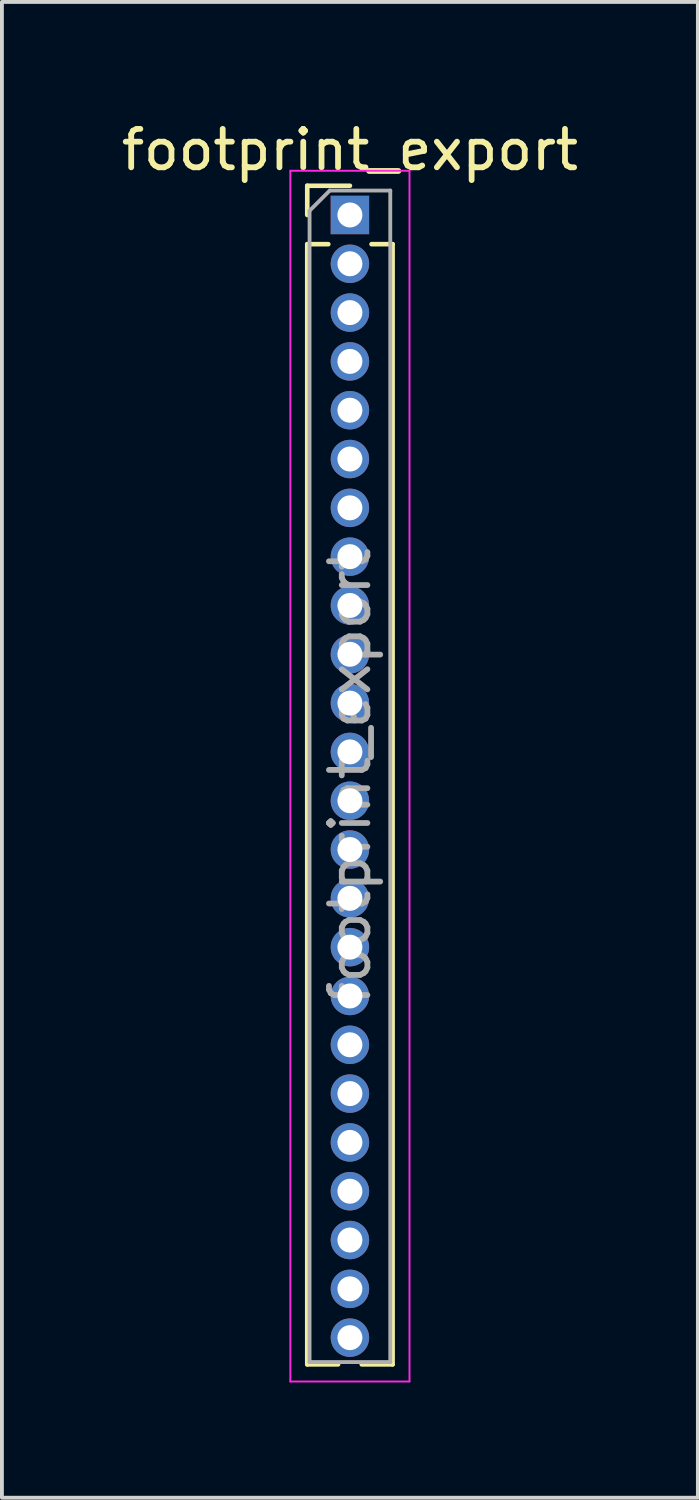
<source format=kicad_pcb>
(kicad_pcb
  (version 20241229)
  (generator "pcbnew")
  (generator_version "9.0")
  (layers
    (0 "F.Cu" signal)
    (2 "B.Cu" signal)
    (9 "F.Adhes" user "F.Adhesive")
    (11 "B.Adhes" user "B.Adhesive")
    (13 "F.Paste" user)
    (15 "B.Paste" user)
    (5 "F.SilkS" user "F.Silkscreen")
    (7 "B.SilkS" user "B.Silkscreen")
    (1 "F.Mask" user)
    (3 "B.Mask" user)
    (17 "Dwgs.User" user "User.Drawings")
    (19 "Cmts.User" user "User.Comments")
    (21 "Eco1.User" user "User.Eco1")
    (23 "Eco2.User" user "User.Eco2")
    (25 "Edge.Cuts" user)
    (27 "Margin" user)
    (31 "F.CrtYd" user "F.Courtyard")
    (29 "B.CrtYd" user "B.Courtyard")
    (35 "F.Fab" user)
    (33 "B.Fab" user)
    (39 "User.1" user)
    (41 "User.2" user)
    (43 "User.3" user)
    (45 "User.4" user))
  (footprint "footprint_export"
    (layer "F.Cu")
    (at 6.054 2.543)
    (property "Reference" "footprint_export" (at 0 -1.695 0) (layer "F.SilkS") (effects (font (size 1 1) (thickness 0.15))))
    (attr through_hole)
    (fp_line (start -1.11 -0.76) (end 0 -0.76) (stroke (width 0.12) (type solid)) (layer "F.SilkS"))
    (fp_line (start -1.11 0) (end -1.11 -0.76) (stroke (width 0.12) (type solid)) (layer "F.SilkS"))
    (fp_line (start -1.11 0.76) (end -1.11 29.905) (stroke (width 0.12) (type solid)) (layer "F.SilkS"))
    (fp_line (start -1.11 0.76) (end -0.563 0.76) (stroke (width 0.12) (type solid)) (layer "F.SilkS"))
    (fp_line (start -1.11 29.905) (end -0.308 29.905) (stroke (width 0.12) (type solid)) (layer "F.SilkS"))
    (fp_line (start 0.308 29.905) (end 1.11 29.905) (stroke (width 0.12) (type solid)) (layer "F.SilkS"))
    (fp_line (start 0.563 0.76) (end 1.11 0.76) (stroke (width 0.12) (type solid)) (layer "F.SilkS"))
    (fp_line (start 1.11 0.76) (end 1.11 29.905) (stroke (width 0.12) (type solid)) (layer "F.SilkS"))
    (fp_line (start -1.55 -1.15) (end -1.55 30.35) (stroke (width 0.05) (type solid)) (layer "F.CrtYd"))
    (fp_line (start -1.55 30.35) (end 1.55 30.35) (stroke (width 0.05) (type solid)) (layer "F.CrtYd"))
    (fp_line (start 1.55 -1.15) (end -1.55 -1.15) (stroke (width 0.05) (type solid)) (layer "F.CrtYd"))
    (fp_line (start 1.55 30.35) (end 1.55 -1.15) (stroke (width 0.05) (type solid)) (layer "F.CrtYd"))
    (fp_line (start -1.05 -0.11) (end -0.525 -0.635) (stroke (width 0.1) (type solid)) (layer "F.Fab"))
    (fp_line (start -1.05 29.845) (end -1.05 -0.11) (stroke (width 0.1) (type solid)) (layer "F.Fab"))
    (fp_line (start -0.525 -0.635) (end 1.05 -0.635) (stroke (width 0.1) (type solid)) (layer "F.Fab"))
    (fp_line (start 1.05 -0.635) (end 1.05 29.845) (stroke (width 0.1) (type solid)) (layer "F.Fab"))
    (fp_line (start 1.05 29.845) (end -1.05 29.845) (stroke (width 0.1) (type solid)) (layer "F.Fab"))
    (fp_text user "${REFERENCE}" (at 0 14.605 90) (layer "F.Fab") (effects (font (size 1 1) (thickness 0.15))))
    (pad "1" thru_hole rect (at 0 0) (size 1 1) (drill 0.65) (layers "*.Cu" "*.Mask"))
    (pad "2" thru_hole oval (at 0 1.27) (size 1 1) (drill 0.65) (layers "*.Cu" "*.Mask"))
    (pad "3" thru_hole oval (at 0 2.54) (size 1 1) (drill 0.65) (layers "*.Cu" "*.Mask"))
    (pad "4" thru_hole oval (at 0 3.81) (size 1 1) (drill 0.65) (layers "*.Cu" "*.Mask"))
    (pad "5" thru_hole oval (at 0 5.08) (size 1 1) (drill 0.65) (layers "*.Cu" "*.Mask"))
    (pad "6" thru_hole oval (at 0 6.35) (size 1 1) (drill 0.65) (layers "*.Cu" "*.Mask"))
    (pad "7" thru_hole oval (at 0 7.62) (size 1 1) (drill 0.65) (layers "*.Cu" "*.Mask"))
    (pad "8" thru_hole oval (at 0 8.89) (size 1 1) (drill 0.65) (layers "*.Cu" "*.Mask"))
    (pad "9" thru_hole oval (at 0 10.16) (size 1 1) (drill 0.65) (layers "*.Cu" "*.Mask"))
    (pad "10" thru_hole oval (at 0 11.43) (size 1 1) (drill 0.65) (layers "*.Cu" "*.Mask"))
    (pad "11" thru_hole oval (at 0 12.7) (size 1 1) (drill 0.65) (layers "*.Cu" "*.Mask"))
    (pad "12" thru_hole oval (at 0 13.97) (size 1 1) (drill 0.65) (layers "*.Cu" "*.Mask"))
    (pad "13" thru_hole oval (at 0 15.24) (size 1 1) (drill 0.65) (layers "*.Cu" "*.Mask"))
    (pad "14" thru_hole oval (at 0 16.51) (size 1 1) (drill 0.65) (layers "*.Cu" "*.Mask"))
    (pad "15" thru_hole oval (at 0 17.78) (size 1 1) (drill 0.65) (layers "*.Cu" "*.Mask"))
    (pad "16" thru_hole oval (at 0 19.05) (size 1 1) (drill 0.65) (layers "*.Cu" "*.Mask"))
    (pad "17" thru_hole oval (at 0 20.32) (size 1 1) (drill 0.65) (layers "*.Cu" "*.Mask"))
    (pad "18" thru_hole oval (at 0 21.59) (size 1 1) (drill 0.65) (layers "*.Cu" "*.Mask"))
    (pad "19" thru_hole oval (at 0 22.86) (size 1 1) (drill 0.65) (layers "*.Cu" "*.Mask"))
    (pad "20" thru_hole oval (at 0 24.13) (size 1 1) (drill 0.65) (layers "*.Cu" "*.Mask"))
    (pad "21" thru_hole oval (at 0 25.4) (size 1 1) (drill 0.65) (layers "*.Cu" "*.Mask"))
    (pad "22" thru_hole oval (at 0 26.67) (size 1 1) (drill 0.65) (layers "*.Cu" "*.Mask"))
    (pad "23" thru_hole oval (at 0 27.94) (size 1 1) (drill 0.65) (layers "*.Cu" "*.Mask"))
    (pad "24" thru_hole oval (at 0 29.21) (size 1 1) (drill 0.65) (layers "*.Cu" "*.Mask")))
  (gr_rect
    (start -3 -3)
    (end 15.107 35.918)
    (stroke (width 0.1) (type default))
    (fill no)
    (layer "Edge.Cuts")))
</source>
